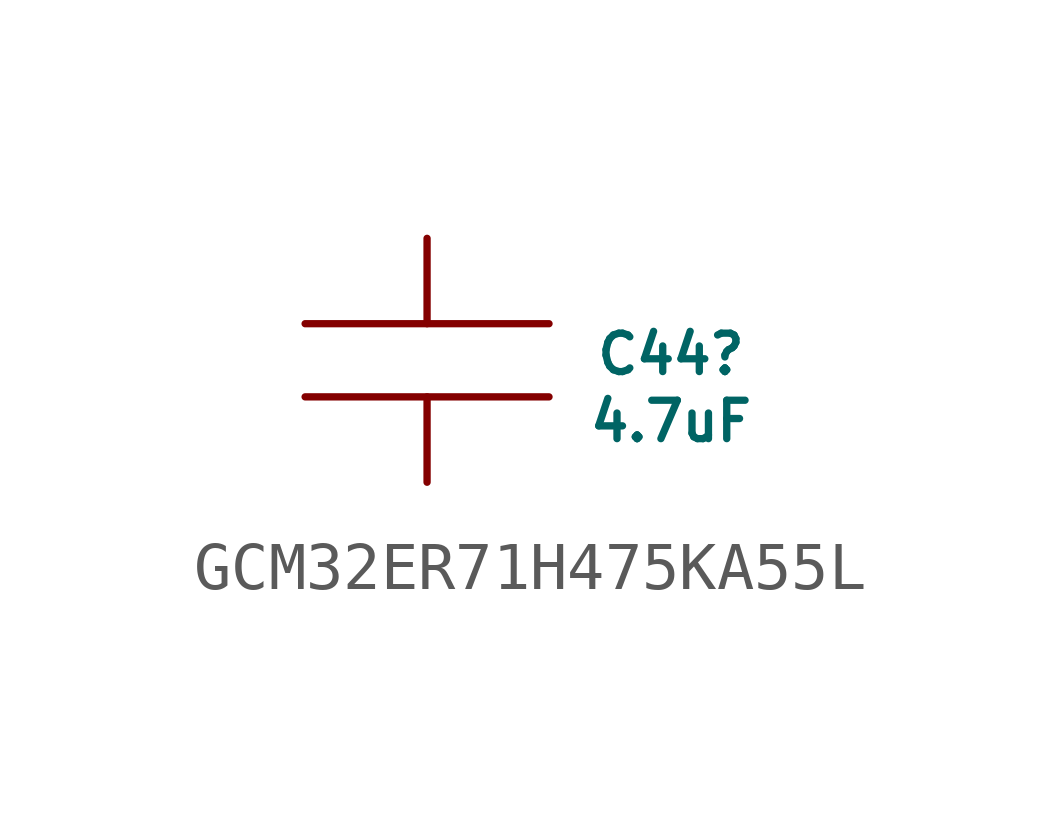
<source format=kicad_sym>
(kicad_symbol_lib
  (version 20220914)
  (generator kicad_symbol_editor)
  (symbol "GCM32ER71H475KA55L"
    (pin_numbers hide)
    (pin_names
      (offset 1.016) hide)
    (property "Reference" "C44"
      (at 5.08 -2.413 0)
      (do_not_autoplace)
      (effects (font (size 0.8 0.8))))
    (property "Value" "4.7uF"
      (at 5.08 -3.81 0)
      (do_not_autoplace)
      (effects (font (size 0.8 0.8))))
    (symbol "GCM32ER71H475KA55L_1_1"
      (polyline (pts (xy 2.54 -3.302) (xy -2.54 -3.302)) (stroke (width 0) (type solid)) (fill (type none)))
      (polyline (pts (xy 2.54 -1.778) (xy -2.54 -1.778)) (stroke (width 0) (type solid)) (fill (type none)))
      (pin passive line (at 0 -5.08 90) (length 1.778) (name "1" (effects (font (size 0 0)))) (number "1" (effects (font (size 1.016 1.016)))))
      (pin passive line (at 0 0 270) (length 1.778) (name "2" (effects (font (size 0 0)))) (number "2" (effects (font (size 1.016 1.016))))))))
</source>
